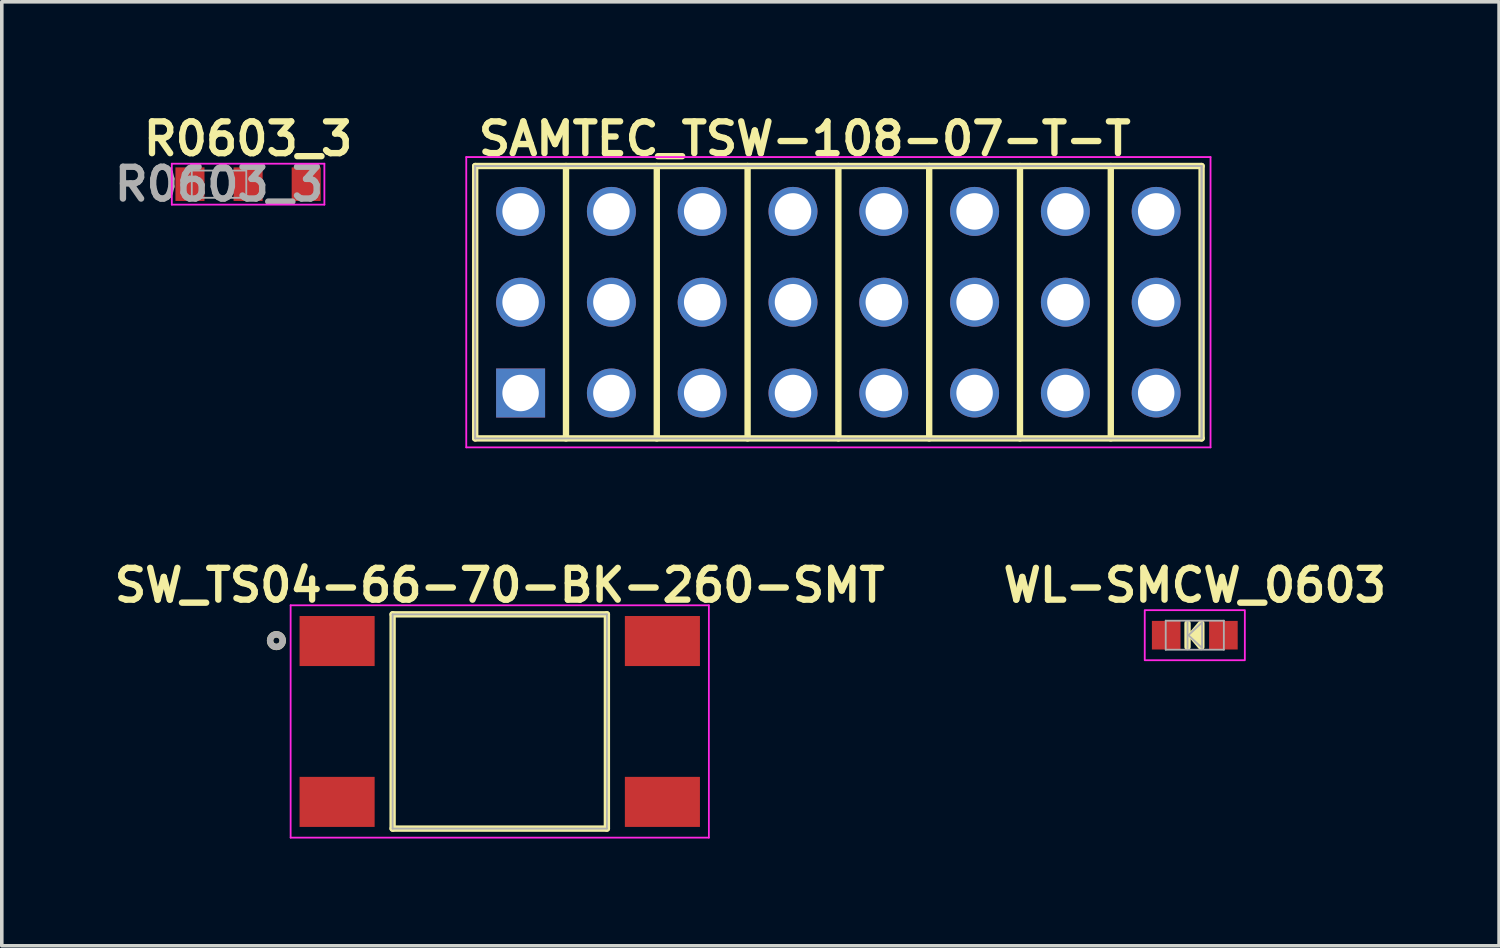
<source format=kicad_pcb>
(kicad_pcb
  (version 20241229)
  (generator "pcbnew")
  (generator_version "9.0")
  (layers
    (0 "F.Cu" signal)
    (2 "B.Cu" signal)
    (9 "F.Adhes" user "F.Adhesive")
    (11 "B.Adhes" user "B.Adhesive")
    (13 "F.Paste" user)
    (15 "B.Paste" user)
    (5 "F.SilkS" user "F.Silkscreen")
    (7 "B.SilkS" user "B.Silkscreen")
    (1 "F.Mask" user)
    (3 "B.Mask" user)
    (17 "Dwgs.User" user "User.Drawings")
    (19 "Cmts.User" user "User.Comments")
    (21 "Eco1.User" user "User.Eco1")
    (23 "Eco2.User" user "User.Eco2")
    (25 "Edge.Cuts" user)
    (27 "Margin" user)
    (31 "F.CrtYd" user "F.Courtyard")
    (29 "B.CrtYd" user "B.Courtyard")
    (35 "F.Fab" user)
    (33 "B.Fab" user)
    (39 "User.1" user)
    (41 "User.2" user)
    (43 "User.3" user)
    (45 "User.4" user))
  (footprint "R0603_3"
    (layer "F.Cu")
    (at 3.89 2.102)
    (property "Reference" "R0603_3" (at 0 -1.27 0) (layer "F.SilkS") (effects (font (size 0.889 0.889) (thickness 0.178))))
    (attr smd)
    (fp_line (start -2.134 -0.572) (end 2.134 -0.572) (stroke (width 0.051) (type solid)) (layer "F.CrtYd"))
    (fp_line (start -2.134 0.572) (end -2.134 -0.572) (stroke (width 0.051) (type solid)) (layer "F.CrtYd"))
    (fp_line (start 2.134 -0.572) (end 2.134 0.572) (stroke (width 0.051) (type solid)) (layer "F.CrtYd"))
    (fp_line (start 2.134 0.572) (end -2.134 0.572) (stroke (width 0.051) (type solid)) (layer "F.CrtYd"))
    (fp_line (start -1.575 -0.381) (end -0.051 -0.381) (stroke (width 0.051) (type solid)) (layer "F.Fab"))
    (fp_line (start -1.575 0.381) (end -1.575 -0.381) (stroke (width 0.051) (type solid)) (layer "F.Fab"))
    (fp_line (start -0.051 -0.381) (end -0.051 0.381) (stroke (width 0.051) (type solid)) (layer "F.Fab"))
    (fp_line (start -0.051 0.381) (end -1.575 0.381) (stroke (width 0.051) (type solid)) (layer "F.Fab"))
    (fp_text user "${REFERENCE}" (at -0.813 0 0) (layer "F.Fab") (effects (font (size 0.889 0.889) (thickness 0.178))))
    (pad "1" smd rect (at -1.626 0) (size 0.813 0.94) (layers "F.Cu" "F.Mask" "F.Paste"))
    (pad "2" smd rect (at 0 0) (size 0.813 0.94) (layers "F.Cu" "F.Mask" "F.Paste"))
    (pad "3" smd rect (at 1.626 0) (size 0.813 0.94) (layers "F.Cu" "F.Mask")))
  (footprint "SW_TS04-66-70-BK-260-SMT"
    (layer "F.Cu")
    (at 10.93 17.132)
    (property "Reference" "SW_TS04-66-70-BK-260-SMT" (at 0 -3.81 0) (layer "F.SilkS") (effects (font (size 0.889 0.889) (thickness 0.178) (bold yes))))
    (attr smd)
    (fp_line (start -2.997 -2.997) (end -2.997 2.997) (stroke (width 0.178) (type solid)) (layer "F.SilkS"))
    (fp_line (start -2.997 2.997) (end 2.997 2.997) (stroke (width 0.178) (type solid)) (layer "F.SilkS"))
    (fp_line (start 2.997 -2.997) (end -2.997 -2.997) (stroke (width 0.178) (type solid)) (layer "F.SilkS"))
    (fp_line (start 2.997 2.997) (end 2.997 -2.997) (stroke (width 0.178) (type solid)) (layer "F.SilkS"))
    (fp_circle (center -6.248 -2.261) (end -6.16 -2.261) (stroke (width 0.178) (type solid)) (fill no) (layer "F.SilkS"))
    (fp_line (start -5.85 -3.25) (end -5.85 3.25) (stroke (width 0.05) (type solid)) (layer "F.CrtYd"))
    (fp_line (start -5.85 3.25) (end 5.85 3.25) (stroke (width 0.05) (type solid)) (layer "F.CrtYd"))
    (fp_line (start 5.85 -3.25) (end -5.85 -3.25) (stroke (width 0.05) (type solid)) (layer "F.CrtYd"))
    (fp_line (start 5.85 3.25) (end 5.85 -3.25) (stroke (width 0.05) (type solid)) (layer "F.CrtYd"))
    (fp_line (start -2.997 -2.997) (end -2.997 2.997) (stroke (width 0.051) (type solid)) (layer "F.Fab"))
    (fp_line (start -2.997 2.997) (end 2.997 2.997) (stroke (width 0.051) (type solid)) (layer "F.Fab"))
    (fp_line (start 2.997 -2.997) (end -2.997 -2.997) (stroke (width 0.051) (type solid)) (layer "F.Fab"))
    (fp_line (start 2.997 2.997) (end 2.997 -2.997) (stroke (width 0.051) (type solid)) (layer "F.Fab"))
    (fp_circle (center -6.248 -2.261) (end -6.16 -2.261) (stroke (width 0.178) (type solid)) (fill no) (layer "F.Fab"))
    (pad "1" smd rect (at -4.55 -2.25) (size 2.1 1.4) (layers "F.Cu" "F.Mask" "F.Paste"))
    (pad "2" smd rect (at -4.55 2.25) (size 2.1 1.4) (layers "F.Cu" "F.Mask" "F.Paste"))
    (pad "3" smd rect (at 4.55 -2.25) (size 2.1 1.4) (layers "F.Cu" "F.Mask" "F.Paste"))
    (pad "4" smd rect (at 4.55 2.25) (size 2.1 1.4) (layers "F.Cu" "F.Mask" "F.Paste")))
  (footprint "SAMTEC_TSW-108-07-T-T"
    (layer "F.Cu")
    (at 20.403 5.404)
    (property "Reference" "SAMTEC_TSW-108-07-T-T" (at -10.16 -4.572 0) (layer "F.SilkS") (effects (font (size 0.889 0.889) (thickness 0.178) (bold yes)) (justify left)))
    (attr through_hole)
    (fp_line (start -10.16 3.81) (end -10.16 -3.81) (stroke (width 0.178) (type solid)) (layer "F.SilkS"))
    (fp_line (start -7.62 3.81) (end -7.62 -3.81) (stroke (width 0.178) (type solid)) (layer "F.SilkS"))
    (fp_line (start -5.08 3.81) (end -5.08 -3.81) (stroke (width 0.178) (type solid)) (layer "F.SilkS"))
    (fp_line (start -2.54 3.81) (end -2.54 -3.81) (stroke (width 0.178) (type solid)) (layer "F.SilkS"))
    (fp_line (start 0 3.81) (end 0 -3.81) (stroke (width 0.178) (type solid)) (layer "F.SilkS"))
    (fp_line (start 2.54 3.81) (end 2.54 -3.81) (stroke (width 0.178) (type solid)) (layer "F.SilkS"))
    (fp_line (start 5.08 3.81) (end 5.08 -3.81) (stroke (width 0.178) (type solid)) (layer "F.SilkS"))
    (fp_line (start 7.62 3.81) (end 7.62 -3.81) (stroke (width 0.178) (type solid)) (layer "F.SilkS"))
    (fp_line (start 10.16 -3.81) (end -10.16 -3.81) (stroke (width 0.178) (type solid)) (layer "F.SilkS"))
    (fp_line (start 10.16 -3.81) (end 10.16 3.81) (stroke (width 0.178) (type solid)) (layer "F.SilkS"))
    (fp_line (start 10.16 3.81) (end -10.16 3.81) (stroke (width 0.178) (type solid)) (layer "F.SilkS"))
    (fp_line (start -10.41 -4.06) (end 10.41 -4.06) (stroke (width 0.051) (type solid)) (layer "F.CrtYd"))
    (fp_line (start -10.41 4.06) (end -10.41 -4.06) (stroke (width 0.051) (type solid)) (layer "F.CrtYd"))
    (fp_line (start 10.41 -4.06) (end 10.41 4.06) (stroke (width 0.051) (type solid)) (layer "F.CrtYd"))
    (fp_line (start 10.41 4.06) (end -10.41 4.06) (stroke (width 0.051) (type solid)) (layer "F.CrtYd"))
    (fp_line (start -10.16 -3.81) (end 10.16 -3.81) (stroke (width 0.051) (type solid)) (layer "F.Fab"))
    (fp_line (start -10.16 -3.81) (end 10.16 -3.81) (stroke (width 0.051) (type solid)) (layer "F.Fab"))
    (fp_line (start -10.16 3.81) (end -10.16 -3.81) (stroke (width 0.051) (type solid)) (layer "F.Fab"))
    (fp_line (start -10.16 3.81) (end -10.16 -3.81) (stroke (width 0.051) (type solid)) (layer "F.Fab"))
    (fp_line (start 10.16 -3.81) (end 10.16 3.81) (stroke (width 0.051) (type solid)) (layer "F.Fab"))
    (fp_line (start 10.16 -3.81) (end 10.16 3.81) (stroke (width 0.051) (type solid)) (layer "F.Fab"))
    (fp_line (start 10.16 3.81) (end -10.16 3.81) (stroke (width 0.051) (type solid)) (layer "F.Fab"))
    (pad "01" thru_hole rect (at -8.89 2.54) (size 1.37 1.37) (drill 1.02) (layers "*.Cu" "*.Mask"))
    (pad "02" thru_hole circle (at -8.89 0) (size 1.37 1.37) (drill 1.02) (layers "*.Cu" "*.Mask"))
    (pad "03" thru_hole circle (at -8.89 -2.54) (size 1.37 1.37) (drill 1.02) (layers "*.Cu" "*.Mask"))
    (pad "04" thru_hole circle (at -6.35 2.54) (size 1.37 1.37) (drill 1.02) (layers "*.Cu" "*.Mask"))
    (pad "05" thru_hole circle (at -6.35 0) (size 1.37 1.37) (drill 1.02) (layers "*.Cu" "*.Mask"))
    (pad "06" thru_hole circle (at -6.35 -2.54) (size 1.37 1.37) (drill 1.02) (layers "*.Cu" "*.Mask"))
    (pad "07" thru_hole circle (at -3.81 2.54) (size 1.37 1.37) (drill 1.02) (layers "*.Cu" "*.Mask"))
    (pad "08" thru_hole circle (at -3.81 0) (size 1.37 1.37) (drill 1.02) (layers "*.Cu" "*.Mask"))
    (pad "09" thru_hole circle (at -3.81 -2.54) (size 1.37 1.37) (drill 1.02) (layers "*.Cu" "*.Mask"))
    (pad "10" thru_hole circle (at -1.27 2.54) (size 1.37 1.37) (drill 1.02) (layers "*.Cu" "*.Mask"))
    (pad "11" thru_hole circle (at -1.27 0) (size 1.37 1.37) (drill 1.02) (layers "*.Cu" "*.Mask"))
    (pad "12" thru_hole circle (at -1.27 -2.54) (size 1.37 1.37) (drill 1.02) (layers "*.Cu" "*.Mask"))
    (pad "13" thru_hole circle (at 1.27 2.54) (size 1.37 1.37) (drill 1.02) (layers "*.Cu" "*.Mask"))
    (pad "14" thru_hole circle (at 1.27 0) (size 1.37 1.37) (drill 1.02) (layers "*.Cu" "*.Mask"))
    (pad "15" thru_hole circle (at 1.27 -2.54) (size 1.37 1.37) (drill 1.02) (layers "*.Cu" "*.Mask"))
    (pad "16" thru_hole circle (at 3.81 2.54) (size 1.37 1.37) (drill 1.02) (layers "*.Cu" "*.Mask"))
    (pad "17" thru_hole circle (at 3.81 0) (size 1.37 1.37) (drill 1.02) (layers "*.Cu" "*.Mask"))
    (pad "18" thru_hole circle (at 3.81 -2.54) (size 1.37 1.37) (drill 1.02) (layers "*.Cu" "*.Mask"))
    (pad "19" thru_hole circle (at 6.35 2.54) (size 1.37 1.37) (drill 1.02) (layers "*.Cu" "*.Mask"))
    (pad "20" thru_hole circle (at 6.35 0) (size 1.37 1.37) (drill 1.02) (layers "*.Cu" "*.Mask"))
    (pad "21" thru_hole circle (at 6.35 -2.54) (size 1.37 1.37) (drill 1.02) (layers "*.Cu" "*.Mask"))
    (pad "22" thru_hole circle (at 8.89 2.54) (size 1.37 1.37) (drill 1.02) (layers "*.Cu" "*.Mask"))
    (pad "23" thru_hole circle (at 8.89 0) (size 1.37 1.37) (drill 1.02) (layers "*.Cu" "*.Mask"))
    (pad "24" thru_hole circle (at 8.89 -2.54) (size 1.37 1.37) (drill 1.02) (layers "*.Cu" "*.Mask")))
  (footprint "WL-SMCW_0603"
    (layer "F.Cu")
    (at 30.373 14.719)
    (property "Reference" "WL-SMCW_0603" (at 0 -1.397 0) (layer "F.SilkS") (effects (font (size 0.889 0.889) (thickness 0.178))))
    (attr smd)
    (fp_line (start -0.203 0.33) (end -0.203 -0.33) (stroke (width 0.178) (type default)) (layer "F.SilkS"))
    (fp_poly (pts (xy -0.096 -0.001) (xy 0.183 -0.331) (xy 0.183 0.329)) (stroke (width 0.178) (type solid)) (fill yes) (layer "F.SilkS"))
    (fp_poly (pts (xy -1.4 -0.7) (xy 1.4 -0.7) (xy 1.4 0.7) (xy -1.4 0.7)) (stroke (width 0.051) (type solid)) (fill no) (layer "F.CrtYd"))
    (fp_line (start -0.813 -0.406) (end 0.813 -0.406) (stroke (width 0.051) (type solid)) (layer "F.Fab"))
    (fp_line (start -0.813 0.406) (end -0.813 -0.406) (stroke (width 0.051) (type solid)) (layer "F.Fab"))
    (fp_line (start -0.813 0.406) (end 0.813 0.406) (stroke (width 0.051) (type solid)) (layer "F.Fab"))
    (fp_line (start -0.203 -0.356) (end -0.203 0.356) (stroke (width 0.051) (type default)) (layer "F.Fab"))
    (fp_line (start 0.813 -0.406) (end 0.813 0.406) (stroke (width 0.051) (type solid)) (layer "F.Fab"))
    (fp_poly (pts (xy 0.203 -0.356) (xy 0.203 0.356) (xy -0.178 0)) (stroke (width 0.051) (type solid)) (fill no) (layer "F.Fab"))
    (pad "1" smd rect (at -0.8 0) (size 0.8 0.8) (layers "F.Cu" "F.Mask" "F.Paste"))
    (pad "2" smd rect (at 0.8 0) (size 0.8 0.8) (layers "F.Cu" "F.Mask" "F.Paste")))
  (gr_rect
    (start -3 -3)
    (end 38.885 23.407)
    (stroke (width 0.1) (type default))
    (fill no)
    (layer "Edge.Cuts")))
</source>
